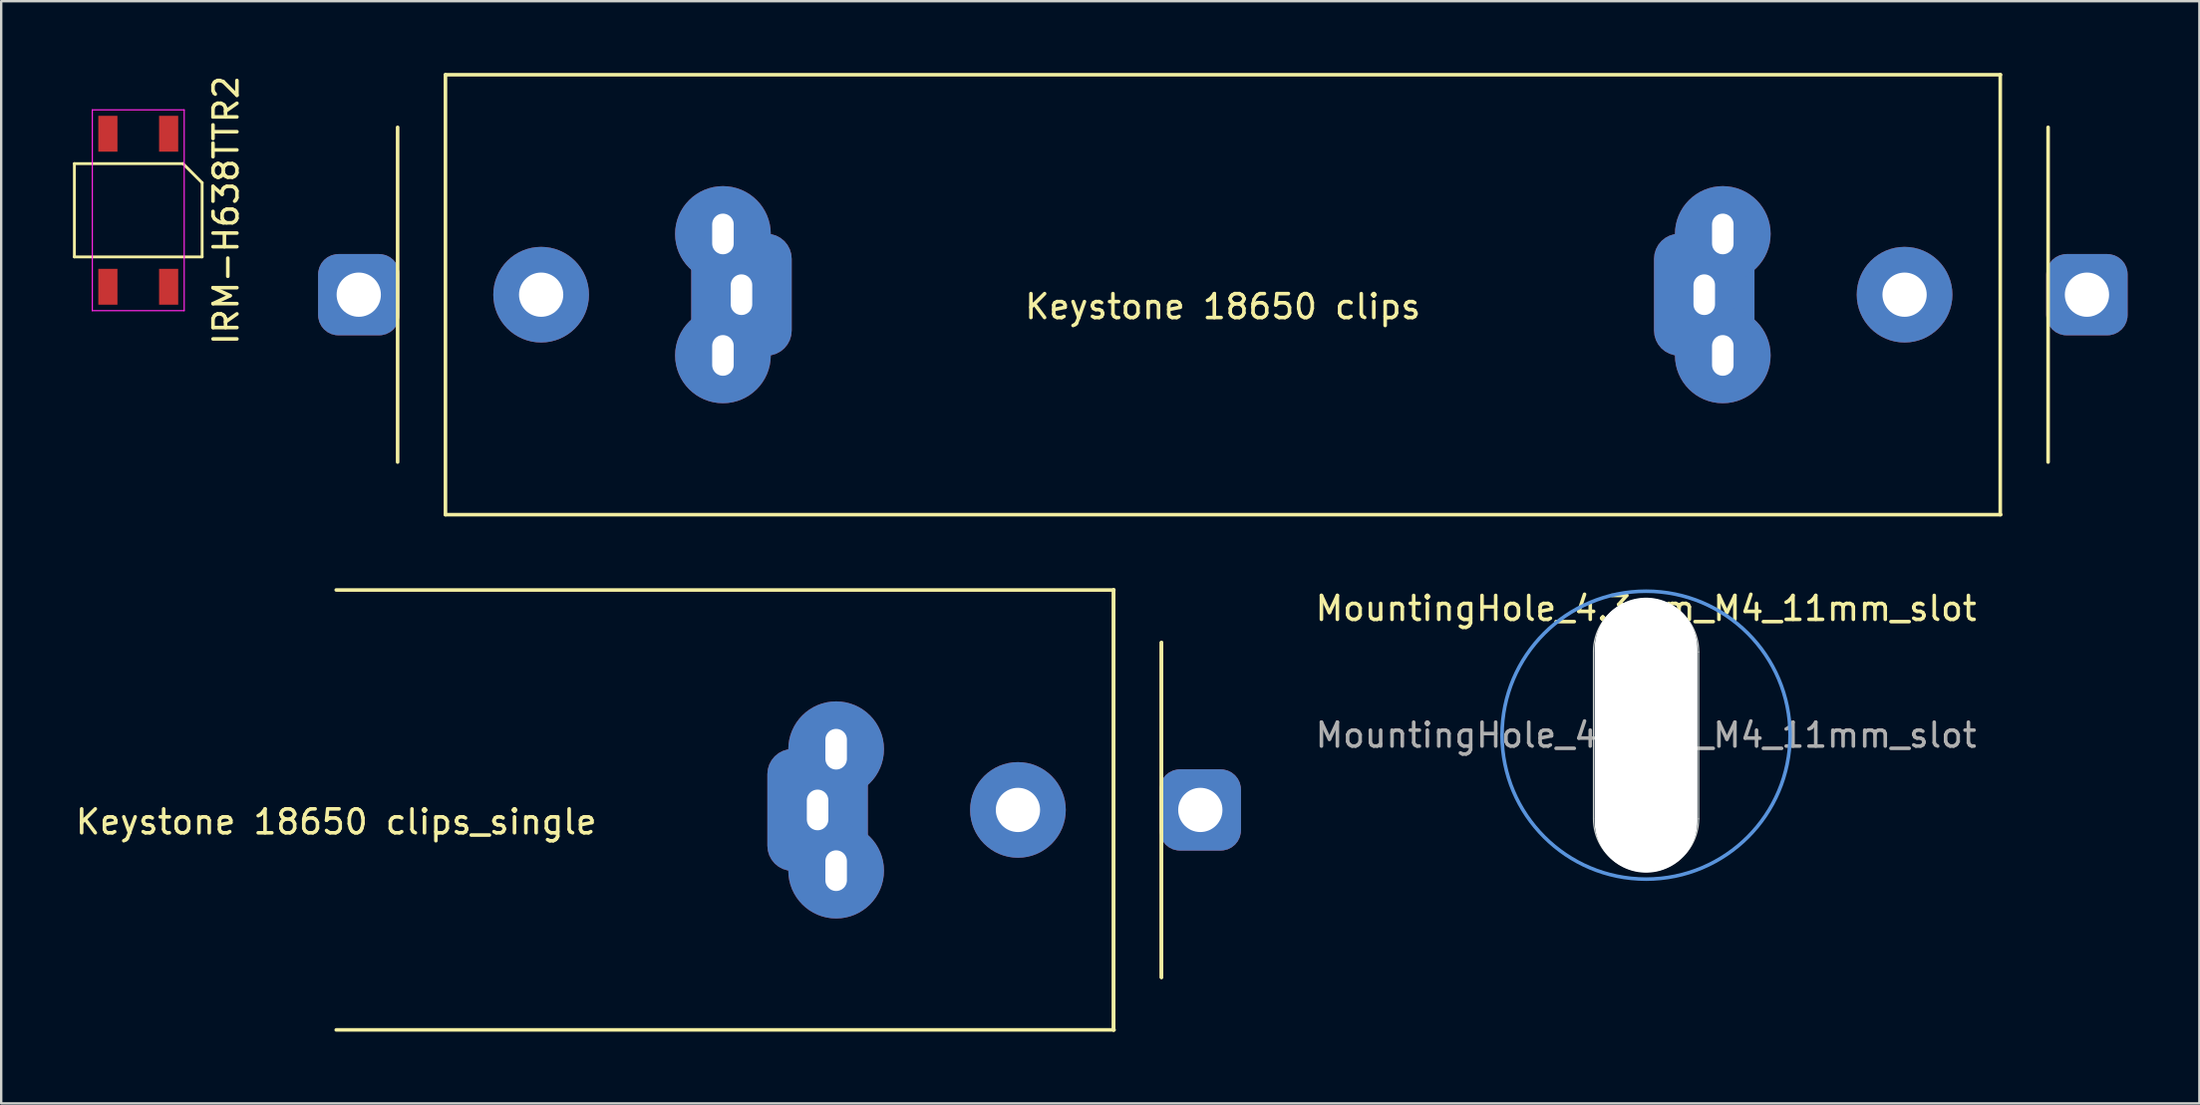
<source format=kicad_pcb>
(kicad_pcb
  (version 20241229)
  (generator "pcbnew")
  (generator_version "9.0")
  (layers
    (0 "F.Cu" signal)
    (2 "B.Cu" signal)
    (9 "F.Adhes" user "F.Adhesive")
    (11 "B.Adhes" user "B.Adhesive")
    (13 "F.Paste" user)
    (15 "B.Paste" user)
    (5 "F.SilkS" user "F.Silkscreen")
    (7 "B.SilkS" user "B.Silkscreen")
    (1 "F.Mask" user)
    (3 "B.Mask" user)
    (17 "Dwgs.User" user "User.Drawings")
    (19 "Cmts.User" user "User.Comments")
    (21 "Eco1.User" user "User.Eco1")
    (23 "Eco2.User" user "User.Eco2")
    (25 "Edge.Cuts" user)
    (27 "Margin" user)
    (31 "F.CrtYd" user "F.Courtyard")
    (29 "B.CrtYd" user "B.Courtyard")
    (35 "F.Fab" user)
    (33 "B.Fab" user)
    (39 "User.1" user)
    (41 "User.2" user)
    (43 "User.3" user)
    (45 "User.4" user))
  (footprint "MountingHole_4.3mm_M4_11mm_slot"
    (layer "F.Cu")
    (at 65.765 27.698)
    (property "Reference" "MountingHole_4.3mm_M4_11mm_slot" (at 0 -5.3 0) (layer "F.SilkS") (effects (font (size 1 1) (thickness 0.15))))
    (attr exclude_from_pos_files exclude_from_bom)
    (fp_circle (center 0 0) (end 6 0.5) (stroke (width 0.15) (type solid)) (fill no) (layer "Cmts.User"))
    (fp_line (start -2.198 3.48) (end -2.198 -3.5) (stroke (width 0.05) (type default)) (layer "Edge.Cuts"))
    (fp_line (start 2.198 3.5) (end 2.198 -3.48) (stroke (width 0.05) (type default)) (layer "Edge.Cuts"))
    (fp_arc (start -2.198286 -3.5) (mid 0.009759 -5.698264) (end 2.198199 -3.480483) (stroke (width 0.05) (type default)) (layer "Edge.Cuts"))
    (fp_arc (start 2.198286 3.5) (mid -0.009759 5.698264) (end -2.198199 3.480483) (stroke (width 0.05) (type default)) (layer "Edge.Cuts"))
    (fp_circle (center 0 0) (end 6 0) (stroke (width 0.05) (type solid)) (fill no) (layer "F.CrtYd"))
    (fp_text user "${REFERENCE}" (at 0 0 0) (layer "F.Fab") (effects (font (size 1 1) (thickness 0.15))))
    (pad "" np_thru_hole oval (at 0 0) (size 4.3 11.5) (drill oval 4.3 11.5) (layers "*.Cu" "*.Mask")))
  (footprint "Keystone 18650 clips_single"
    (layer "F.Cu")
    (at 11.006 30.825)
    (property "Reference" "Keystone 18650 clips_single" (at 0 0.5 0) (layer "F.SilkS") (effects (font (size 1 1) (thickness 0.15))))
    (attr through_hole)
    (fp_line (start 0 -9.2) (end 32.51 -9.2) (stroke (width 0.15) (type solid)) (layer "F.SilkS"))
    (fp_line (start 32.5 -9.2) (end 32.5 9.2) (stroke (width 0.15) (type solid)) (layer "F.SilkS"))
    (fp_line (start 32.5 -9.2) (end 32.5 9.2) (stroke (width 0.15) (type solid)) (layer "F.SilkS"))
    (fp_line (start 32.52 9.2) (end 0 9.2) (stroke (width 0.15) (type solid)) (layer "F.SilkS"))
    (fp_line (start 34.5 7) (end 34.5 -7) (stroke (width 0.15) (type solid)) (layer "F.SilkS"))
    (fp_line (start 34.5 7) (end 34.5 -7) (stroke (width 0.15) (type solid)) (layer "F.SilkS"))
    (pad "1" thru_hole roundrect (at 20.125 0 270) (size 5.1 4.2) (drill oval 1.7 0.9) (layers "*.Cu" "*.Mask") (roundrect_rratio 0.25))
    (pad "1" thru_hole circle (at 20.9 -2.54 270) (size 4 4) (drill oval 1.7 0.9) (layers "*.Cu" "*.Mask"))
    (pad "1" thru_hole circle (at 20.9 2.54 270) (size 4 4) (drill oval 1.7 0.9) (layers "*.Cu" "*.Mask"))
    (pad "1" thru_hole circle (at 28.5 0 270) (size 4 4) (drill oval 1.85) (layers "*.Cu" "*.Mask"))
    (pad "1" thru_hole roundrect (at 36.125 0 270) (size 3.4 3.4) (drill oval 1.85) (layers "*.Cu" "*.Mask") (roundrect_rratio 0.25)))
  (footprint "IRM-H638TTR2"
    (layer "F.Cu")
    (at 4.29 5.744)
    (property "Reference" "IRM-H638TTR2" (at 2.11 0 270) (layer "F.SilkS") (effects (font (size 1 1) (thickness 0.15))))
    (attr smd)
    (fp_line (start -4.23 -1.95) (end 0.31 -1.95) (stroke (width 0.12) (type default)) (layer "F.SilkS"))
    (fp_line (start -4.23 1.95) (end -4.23 -1.95) (stroke (width 0.12) (type default)) (layer "F.SilkS"))
    (fp_line (start 0.31 -1.95) (end 1.11 -1.15) (stroke (width 0.12) (type default)) (layer "F.SilkS"))
    (fp_line (start 1.11 -1.15) (end 1.11 1.95) (stroke (width 0.12) (type default)) (layer "F.SilkS"))
    (fp_line (start 1.11 1.95) (end -4.23 1.95) (stroke (width 0.12) (type default)) (layer "F.SilkS"))
    (fp_line (start -3.48 -4.2) (end 0.36 -4.2) (stroke (width 0.05) (type default)) (layer "F.CrtYd"))
    (fp_line (start -3.48 4.2) (end -3.48 -4.2) (stroke (width 0.05) (type default)) (layer "F.CrtYd"))
    (fp_line (start 0.36 -4.2) (end 0.36 4.2) (stroke (width 0.05) (type default)) (layer "F.CrtYd"))
    (fp_line (start 0.36 4.2) (end -3.48 4.2) (stroke (width 0.05) (type default)) (layer "F.CrtYd"))
    (pad "1" smd rect (at -0.29 -3.2 180) (size 0.8 1.5) (layers "F.Cu" "F.Mask" "F.Paste"))
    (pad "2" smd rect (at -2.83 -3.2 180) (size 0.8 1.5) (layers "F.Cu" "F.Mask" "F.Paste"))
    (pad "3" smd rect (at -2.83 3.2 180) (size 0.8 1.5) (layers "F.Cu" "F.Mask" "F.Paste"))
    (pad "4" smd rect (at -0.29 3.2 180) (size 0.8 1.5) (layers "F.Cu" "F.Mask" "F.Paste")))
  (footprint "Keystone 18650 clips"
    (layer "F.Cu")
    (at 48.073 9.275)
    (property "Reference" "Keystone 18650 clips" (at 0 0.5 0) (layer "F.SilkS") (effects (font (size 1 1) (thickness 0.15))))
    (attr through_hole)
    (fp_line (start -34.5 -7) (end -34.5 7) (stroke (width 0.15) (type solid)) (layer "F.SilkS"))
    (fp_line (start -32.5 -9.2) (end 32.51 -9.2) (stroke (width 0.15) (type solid)) (layer "F.SilkS"))
    (fp_line (start -32.5 9.2) (end -32.5 -9.2) (stroke (width 0.15) (type solid)) (layer "F.SilkS"))
    (fp_line (start 32.5 -9.2) (end 32.5 9.2) (stroke (width 0.15) (type solid)) (layer "F.SilkS"))
    (fp_line (start 32.52 9.2) (end -32.5 9.2) (stroke (width 0.15) (type solid)) (layer "F.SilkS"))
    (fp_line (start 34.5 7) (end 34.5 -7) (stroke (width 0.15) (type solid)) (layer "F.SilkS"))
    (pad "1" thru_hole roundrect (at 20.125 0 270) (size 5.1 4.2) (drill oval 1.7 0.9) (layers "*.Cu" "*.Mask") (roundrect_rratio 0.25))
    (pad "1" thru_hole circle (at 20.9 -2.54 270) (size 4 4) (drill oval 1.7 0.9) (layers "*.Cu" "*.Mask"))
    (pad "1" thru_hole circle (at 20.9 2.54 270) (size 4 4) (drill oval 1.7 0.9) (layers "*.Cu" "*.Mask"))
    (pad "1" thru_hole circle (at 28.5 0 270) (size 4 4) (drill oval 1.85) (layers "*.Cu" "*.Mask"))
    (pad "1" thru_hole roundrect (at 36.125 0 270) (size 3.4 3.4) (drill oval 1.85) (layers "*.Cu" "*.Mask") (roundrect_rratio 0.25))
    (pad "2" thru_hole roundrect (at -36.125 0 270) (size 3.4 3.4) (drill oval 1.85) (layers "*.Cu" "*.Mask") (roundrect_rratio 0.25))
    (pad "2" thru_hole circle (at -28.5 0 270) (size 4 4) (drill oval 1.85) (layers "*.Cu" "*.Mask"))
    (pad "2" thru_hole circle (at -20.9 -2.54 270) (size 4 4) (drill oval 1.7 0.9) (layers "*.Cu" "*.Mask"))
    (pad "2" thru_hole circle (at -20.9 2.54 270) (size 4 4) (drill oval 1.7 0.9) (layers "*.Cu" "*.Mask"))
    (pad "2" thru_hole roundrect (at -20.125 0 270) (size 5.1 4.2) (drill oval 1.7 0.9) (layers "*.Cu" "*.Mask") (roundrect_rratio 0.25)))
  (gr_rect
    (start -3 -3)
    (end 88.898 43.1)
    (stroke (width 0.1) (type default))
    (fill no)
    (layer "Edge.Cuts")))
</source>
